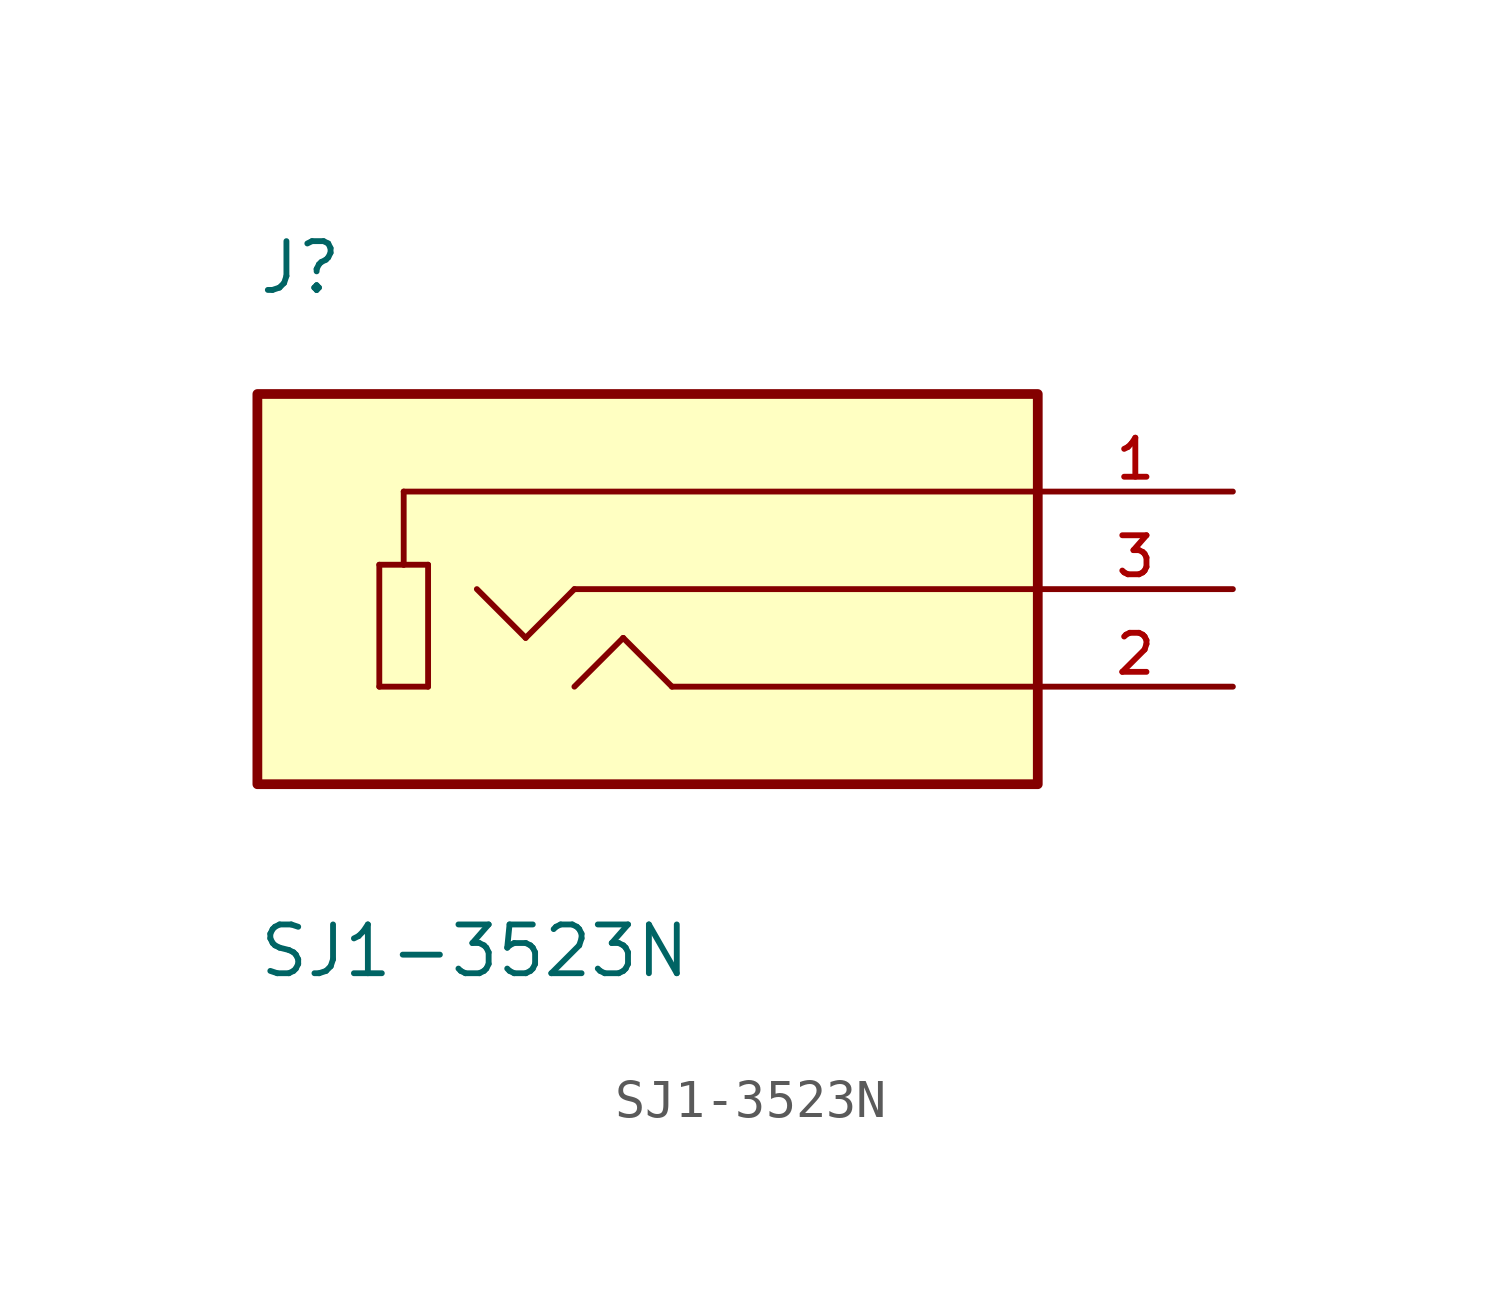
<source format=kicad_sym>
(kicad_symbol_lib
  (version 20211014)
  (generator kicad_symbol_editor)
  (symbol "SJ1-3523N"
    (pin_names
      (offset 1.016))
    (property "Reference" "J"
      (at -10.169 7.627 0)
      (effects (font (size 1.27 1.27)) (justify bottom left)))
    (property "Value" "SJ1-3523N"
      (at -10.165 -10.165 0)
      (effects (font (size 1.27 1.27)) (justify bottom left)))
    (symbol "SJ1-3523N_0_0"
      (polyline (pts (xy 10.16 2.54) (xy -6.35 2.54)) (stroke (width 0.152)))
      (polyline (pts (xy -6.35 2.54) (xy -6.35 0.635)) (stroke (width 0.152)))
      (polyline (pts (xy -6.35 0.635) (xy -5.715 0.635)) (stroke (width 0.152)))
      (polyline (pts (xy -5.715 0.635) (xy -5.715 -2.54)) (stroke (width 0.152)))
      (polyline (pts (xy -5.715 -2.54) (xy -6.985 -2.54)) (stroke (width 0.152)))
      (polyline (pts (xy -6.985 -2.54) (xy -6.985 0.635)) (stroke (width 0.152)))
      (polyline (pts (xy -6.985 0.635) (xy -6.35 0.635)) (stroke (width 0.152)))
      (polyline (pts (xy 10.16 0.0) (xy -1.905 0.0)) (stroke (width 0.152)))
      (polyline (pts (xy -1.905 0.0) (xy -3.175 -1.27)) (stroke (width 0.152)))
      (polyline (pts (xy -3.175 -1.27) (xy -4.445 0.0)) (stroke (width 0.152)))
      (polyline (pts (xy 10.16 -2.54) (xy 0.635 -2.54)) (stroke (width 0.152)))
      (polyline (pts (xy 0.635 -2.54) (xy -0.635 -1.27)) (stroke (width 0.152)))
      (polyline (pts (xy -0.635 -1.27) (xy -1.905 -2.54)) (stroke (width 0.152)))
      (rectangle (start -10.16 -5.08) (end 10.16 5.08) (stroke (width 0.254)) (fill (type background)))
      (pin passive line (at 15.24 2.54 180.0) (length 5.08) (name "~" (effects (font (size 1.016 1.016)))) (number "1" (effects (font (size 1.016 1.016)))))
      (pin passive line (at 15.24 0.0 180.0) (length 5.08) (name "~" (effects (font (size 1.016 1.016)))) (number "3" (effects (font (size 1.016 1.016)))))
      (pin passive line (at 15.24 -2.54 180.0) (length 5.08) (name "~" (effects (font (size 1.016 1.016)))) (number "2" (effects (font (size 1.016 1.016))))))))
</source>
